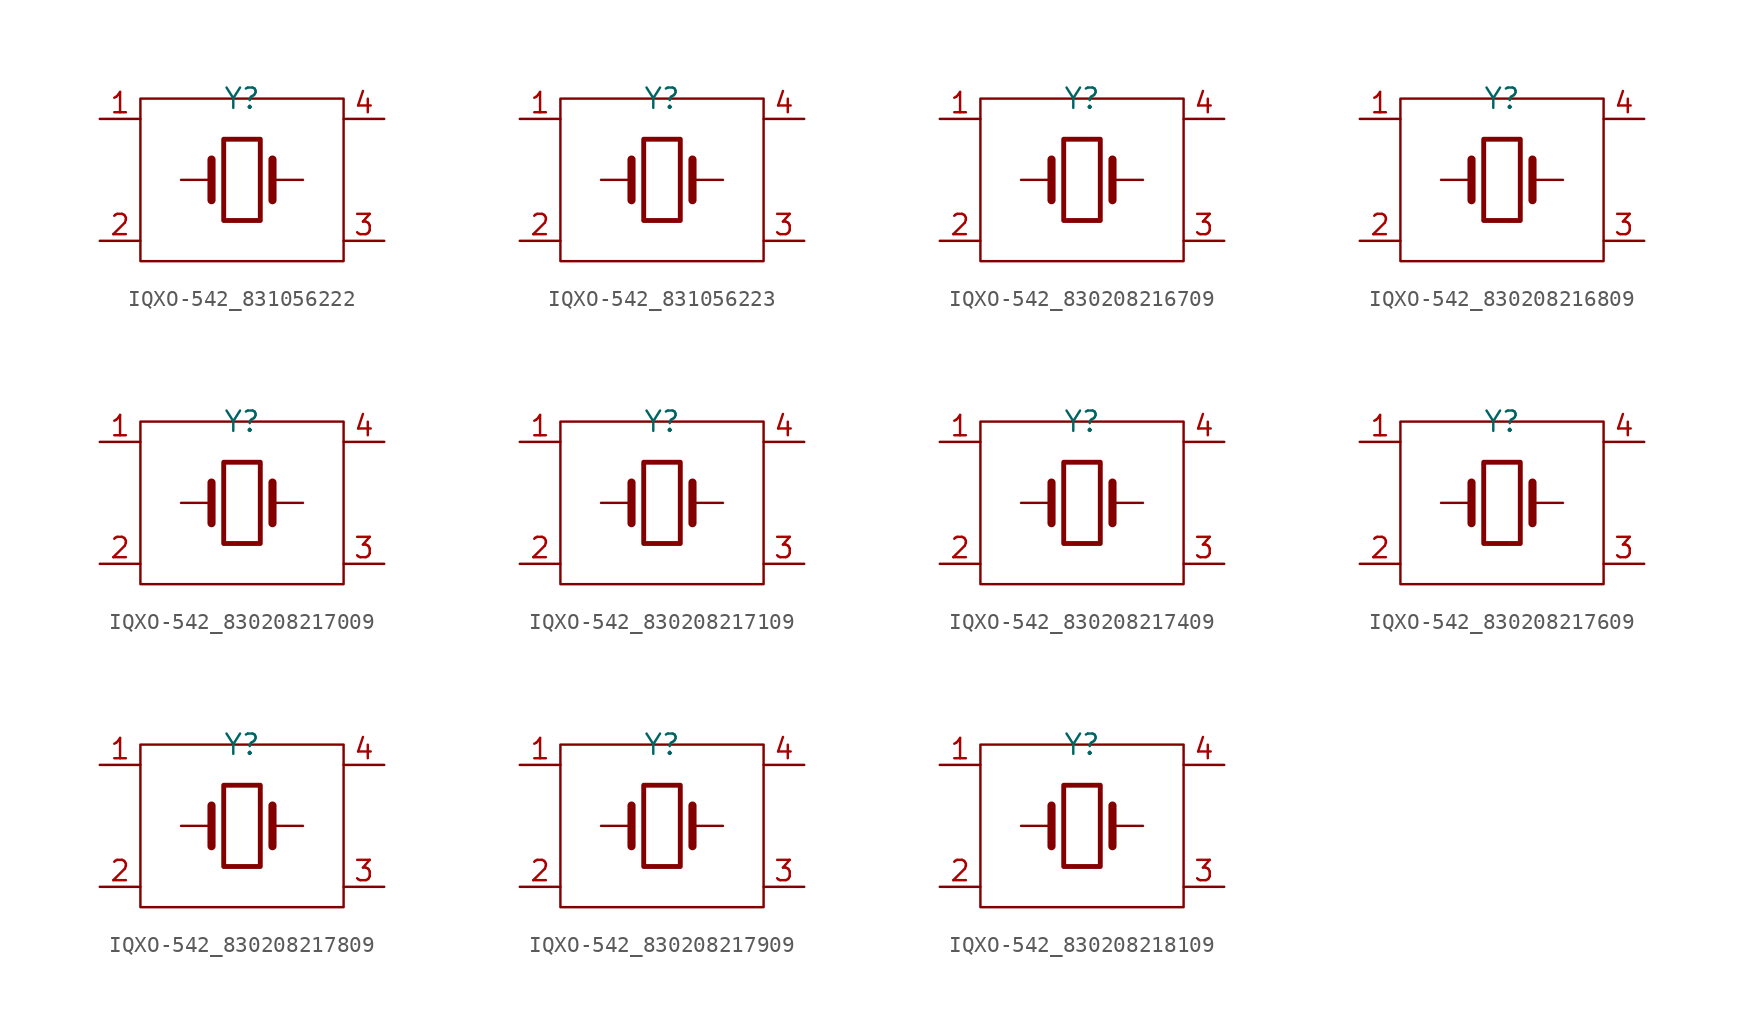
<source format=kicad_sym>
(kicad_symbol_lib
  (version 20220914)
  (generator kicad_symbol_editor)
  (symbol "IQXO-542_831056222"
    (pin_names hide)
    (property "Reference" "Y"
      (at 0 5.08 0)
      (effects (font (size 1.27 1.27))))
    (property "Critical Parameter" ""
      (at 0 -5.08 0)
      (effects (font (size 1.27 1.27)) (justify left)))
    (symbol "IQXO-542_831056222_0_1"
      (rectangle (start -6.35 5.08) (end 6.35 -5.08) (stroke (width 0) (type default)) (fill (type none)))
      (rectangle (start -1.143 2.54) (end 1.143 -2.54) (stroke (width 0.305) (type default)) (fill (type none)))
      (polyline (pts (xy -3.81 0) (xy -1.905 0)) (stroke (width 0) (type default)) (fill (type none)))
      (polyline (pts (xy -1.905 -1.27) (xy -1.905 1.27)) (stroke (width 0.508) (type default)) (fill (type none)))
      (polyline (pts (xy 1.905 -1.27) (xy 1.905 1.27)) (stroke (width 0.508) (type default)) (fill (type none)))
      (polyline (pts (xy 3.81 0) (xy 1.905 0)) (stroke (width 0) (type default)) (fill (type none))))
    (symbol "IQXO-542_831056222_1_1"
      (pin passive line (at -8.89 3.81 0) (length 2.54) (name "E/D" (effects (font (size 1.27 1.27)))) (number "1" (effects (font (size 1.27 1.27)))))
      (pin passive line (at -8.89 -3.81 0) (length 2.54) (name "GND" (effects (font (size 1.27 1.27)))) (number "2" (effects (font (size 1.27 1.27)))))
      (pin passive line (at 8.89 -3.81 180) (length 2.54) (name "OUT" (effects (font (size 1.27 1.27)))) (number "3" (effects (font (size 1.27 1.27)))))
      (pin passive line (at 8.89 3.81 180) (length 2.54) (name "+VS" (effects (font (size 1.27 1.27)))) (number "4" (effects (font (size 1.27 1.27)))))))
  (symbol "IQXO-542_831056223"
    (pin_names hide)
    (property "Reference" "Y"
      (at 0 5.08 0)
      (effects (font (size 1.27 1.27))))
    (property "Critical Parameter" ""
      (at 0 -5.08 0)
      (effects (font (size 1.27 1.27)) (justify left)))
    (symbol "IQXO-542_831056223_0_1"
      (rectangle (start -6.35 5.08) (end 6.35 -5.08) (stroke (width 0) (type default)) (fill (type none)))
      (rectangle (start -1.143 2.54) (end 1.143 -2.54) (stroke (width 0.305) (type default)) (fill (type none)))
      (polyline (pts (xy -3.81 0) (xy -1.905 0)) (stroke (width 0) (type default)) (fill (type none)))
      (polyline (pts (xy -1.905 -1.27) (xy -1.905 1.27)) (stroke (width 0.508) (type default)) (fill (type none)))
      (polyline (pts (xy 1.905 -1.27) (xy 1.905 1.27)) (stroke (width 0.508) (type default)) (fill (type none)))
      (polyline (pts (xy 3.81 0) (xy 1.905 0)) (stroke (width 0) (type default)) (fill (type none))))
    (symbol "IQXO-542_831056223_1_1"
      (pin passive line (at -8.89 3.81 0) (length 2.54) (name "E/D" (effects (font (size 1.27 1.27)))) (number "1" (effects (font (size 1.27 1.27)))))
      (pin passive line (at -8.89 -3.81 0) (length 2.54) (name "GND" (effects (font (size 1.27 1.27)))) (number "2" (effects (font (size 1.27 1.27)))))
      (pin passive line (at 8.89 -3.81 180) (length 2.54) (name "OUT" (effects (font (size 1.27 1.27)))) (number "3" (effects (font (size 1.27 1.27)))))
      (pin passive line (at 8.89 3.81 180) (length 2.54) (name "+VS" (effects (font (size 1.27 1.27)))) (number "4" (effects (font (size 1.27 1.27)))))))
  (symbol "IQXO-542_830208216709"
    (pin_names hide)
    (property "Reference" "Y"
      (at 0 5.08 0)
      (effects (font (size 1.27 1.27))))
    (property "Critical Parameter" ""
      (at 0 -5.08 0)
      (effects (font (size 1.27 1.27)) (justify left)))
    (symbol "IQXO-542_830208216709_0_1"
      (rectangle (start -6.35 5.08) (end 6.35 -5.08) (stroke (width 0) (type default)) (fill (type none)))
      (rectangle (start -1.143 2.54) (end 1.143 -2.54) (stroke (width 0.305) (type default)) (fill (type none)))
      (polyline (pts (xy -3.81 0) (xy -1.905 0)) (stroke (width 0) (type default)) (fill (type none)))
      (polyline (pts (xy -1.905 -1.27) (xy -1.905 1.27)) (stroke (width 0.508) (type default)) (fill (type none)))
      (polyline (pts (xy 1.905 -1.27) (xy 1.905 1.27)) (stroke (width 0.508) (type default)) (fill (type none)))
      (polyline (pts (xy 3.81 0) (xy 1.905 0)) (stroke (width 0) (type default)) (fill (type none))))
    (symbol "IQXO-542_830208216709_1_1"
      (pin passive line (at -8.89 3.81 0) (length 2.54) (name "E/D" (effects (font (size 1.27 1.27)))) (number "1" (effects (font (size 1.27 1.27)))))
      (pin passive line (at -8.89 -3.81 0) (length 2.54) (name "GND" (effects (font (size 1.27 1.27)))) (number "2" (effects (font (size 1.27 1.27)))))
      (pin passive line (at 8.89 -3.81 180) (length 2.54) (name "OUT" (effects (font (size 1.27 1.27)))) (number "3" (effects (font (size 1.27 1.27)))))
      (pin passive line (at 8.89 3.81 180) (length 2.54) (name "+VS" (effects (font (size 1.27 1.27)))) (number "4" (effects (font (size 1.27 1.27)))))))
  (symbol "IQXO-542_830208216809"
    (pin_names hide)
    (property "Reference" "Y"
      (at 0 5.08 0)
      (effects (font (size 1.27 1.27))))
    (property "Critical Parameter" ""
      (at 0 -5.08 0)
      (effects (font (size 1.27 1.27)) (justify left)))
    (symbol "IQXO-542_830208216809_0_1"
      (rectangle (start -6.35 5.08) (end 6.35 -5.08) (stroke (width 0) (type default)) (fill (type none)))
      (rectangle (start -1.143 2.54) (end 1.143 -2.54) (stroke (width 0.305) (type default)) (fill (type none)))
      (polyline (pts (xy -3.81 0) (xy -1.905 0)) (stroke (width 0) (type default)) (fill (type none)))
      (polyline (pts (xy -1.905 -1.27) (xy -1.905 1.27)) (stroke (width 0.508) (type default)) (fill (type none)))
      (polyline (pts (xy 1.905 -1.27) (xy 1.905 1.27)) (stroke (width 0.508) (type default)) (fill (type none)))
      (polyline (pts (xy 3.81 0) (xy 1.905 0)) (stroke (width 0) (type default)) (fill (type none))))
    (symbol "IQXO-542_830208216809_1_1"
      (pin passive line (at -8.89 3.81 0) (length 2.54) (name "E/D" (effects (font (size 1.27 1.27)))) (number "1" (effects (font (size 1.27 1.27)))))
      (pin passive line (at -8.89 -3.81 0) (length 2.54) (name "GND" (effects (font (size 1.27 1.27)))) (number "2" (effects (font (size 1.27 1.27)))))
      (pin passive line (at 8.89 -3.81 180) (length 2.54) (name "OUT" (effects (font (size 1.27 1.27)))) (number "3" (effects (font (size 1.27 1.27)))))
      (pin passive line (at 8.89 3.81 180) (length 2.54) (name "+VS" (effects (font (size 1.27 1.27)))) (number "4" (effects (font (size 1.27 1.27)))))))
  (symbol "IQXO-542_830208217009"
    (pin_names hide)
    (property "Reference" "Y"
      (at 0 5.08 0)
      (effects (font (size 1.27 1.27))))
    (property "Critical Parameter" ""
      (at 0 -5.08 0)
      (effects (font (size 1.27 1.27)) (justify left)))
    (symbol "IQXO-542_830208217009_0_1"
      (rectangle (start -6.35 5.08) (end 6.35 -5.08) (stroke (width 0) (type default)) (fill (type none)))
      (rectangle (start -1.143 2.54) (end 1.143 -2.54) (stroke (width 0.305) (type default)) (fill (type none)))
      (polyline (pts (xy -3.81 0) (xy -1.905 0)) (stroke (width 0) (type default)) (fill (type none)))
      (polyline (pts (xy -1.905 -1.27) (xy -1.905 1.27)) (stroke (width 0.508) (type default)) (fill (type none)))
      (polyline (pts (xy 1.905 -1.27) (xy 1.905 1.27)) (stroke (width 0.508) (type default)) (fill (type none)))
      (polyline (pts (xy 3.81 0) (xy 1.905 0)) (stroke (width 0) (type default)) (fill (type none))))
    (symbol "IQXO-542_830208217009_1_1"
      (pin passive line (at -8.89 3.81 0) (length 2.54) (name "E/D" (effects (font (size 1.27 1.27)))) (number "1" (effects (font (size 1.27 1.27)))))
      (pin passive line (at -8.89 -3.81 0) (length 2.54) (name "GND" (effects (font (size 1.27 1.27)))) (number "2" (effects (font (size 1.27 1.27)))))
      (pin passive line (at 8.89 -3.81 180) (length 2.54) (name "OUT" (effects (font (size 1.27 1.27)))) (number "3" (effects (font (size 1.27 1.27)))))
      (pin passive line (at 8.89 3.81 180) (length 2.54) (name "+VS" (effects (font (size 1.27 1.27)))) (number "4" (effects (font (size 1.27 1.27)))))))
  (symbol "IQXO-542_830208217109"
    (pin_names hide)
    (property "Reference" "Y"
      (at 0 5.08 0)
      (effects (font (size 1.27 1.27))))
    (property "Critical Parameter" ""
      (at 0 -5.08 0)
      (effects (font (size 1.27 1.27)) (justify left)))
    (symbol "IQXO-542_830208217109_0_1"
      (rectangle (start -6.35 5.08) (end 6.35 -5.08) (stroke (width 0) (type default)) (fill (type none)))
      (rectangle (start -1.143 2.54) (end 1.143 -2.54) (stroke (width 0.305) (type default)) (fill (type none)))
      (polyline (pts (xy -3.81 0) (xy -1.905 0)) (stroke (width 0) (type default)) (fill (type none)))
      (polyline (pts (xy -1.905 -1.27) (xy -1.905 1.27)) (stroke (width 0.508) (type default)) (fill (type none)))
      (polyline (pts (xy 1.905 -1.27) (xy 1.905 1.27)) (stroke (width 0.508) (type default)) (fill (type none)))
      (polyline (pts (xy 3.81 0) (xy 1.905 0)) (stroke (width 0) (type default)) (fill (type none))))
    (symbol "IQXO-542_830208217109_1_1"
      (pin passive line (at -8.89 3.81 0) (length 2.54) (name "E/D" (effects (font (size 1.27 1.27)))) (number "1" (effects (font (size 1.27 1.27)))))
      (pin passive line (at -8.89 -3.81 0) (length 2.54) (name "GND" (effects (font (size 1.27 1.27)))) (number "2" (effects (font (size 1.27 1.27)))))
      (pin passive line (at 8.89 -3.81 180) (length 2.54) (name "OUT" (effects (font (size 1.27 1.27)))) (number "3" (effects (font (size 1.27 1.27)))))
      (pin passive line (at 8.89 3.81 180) (length 2.54) (name "+VS" (effects (font (size 1.27 1.27)))) (number "4" (effects (font (size 1.27 1.27)))))))
  (symbol "IQXO-542_830208217409"
    (pin_names hide)
    (property "Reference" "Y"
      (at 0 5.08 0)
      (effects (font (size 1.27 1.27))))
    (property "Critical Parameter" ""
      (at 0 -5.08 0)
      (effects (font (size 1.27 1.27)) (justify left)))
    (symbol "IQXO-542_830208217409_0_1"
      (rectangle (start -6.35 5.08) (end 6.35 -5.08) (stroke (width 0) (type default)) (fill (type none)))
      (rectangle (start -1.143 2.54) (end 1.143 -2.54) (stroke (width 0.305) (type default)) (fill (type none)))
      (polyline (pts (xy -3.81 0) (xy -1.905 0)) (stroke (width 0) (type default)) (fill (type none)))
      (polyline (pts (xy -1.905 -1.27) (xy -1.905 1.27)) (stroke (width 0.508) (type default)) (fill (type none)))
      (polyline (pts (xy 1.905 -1.27) (xy 1.905 1.27)) (stroke (width 0.508) (type default)) (fill (type none)))
      (polyline (pts (xy 3.81 0) (xy 1.905 0)) (stroke (width 0) (type default)) (fill (type none))))
    (symbol "IQXO-542_830208217409_1_1"
      (pin passive line (at -8.89 3.81 0) (length 2.54) (name "E/D" (effects (font (size 1.27 1.27)))) (number "1" (effects (font (size 1.27 1.27)))))
      (pin passive line (at -8.89 -3.81 0) (length 2.54) (name "GND" (effects (font (size 1.27 1.27)))) (number "2" (effects (font (size 1.27 1.27)))))
      (pin passive line (at 8.89 -3.81 180) (length 2.54) (name "OUT" (effects (font (size 1.27 1.27)))) (number "3" (effects (font (size 1.27 1.27)))))
      (pin passive line (at 8.89 3.81 180) (length 2.54) (name "+VS" (effects (font (size 1.27 1.27)))) (number "4" (effects (font (size 1.27 1.27)))))))
  (symbol "IQXO-542_830208217609"
    (pin_names hide)
    (property "Reference" "Y"
      (at 0 5.08 0)
      (effects (font (size 1.27 1.27))))
    (property "Critical Parameter" ""
      (at 0 -5.08 0)
      (effects (font (size 1.27 1.27)) (justify left)))
    (symbol "IQXO-542_830208217609_0_1"
      (rectangle (start -6.35 5.08) (end 6.35 -5.08) (stroke (width 0) (type default)) (fill (type none)))
      (rectangle (start -1.143 2.54) (end 1.143 -2.54) (stroke (width 0.305) (type default)) (fill (type none)))
      (polyline (pts (xy -3.81 0) (xy -1.905 0)) (stroke (width 0) (type default)) (fill (type none)))
      (polyline (pts (xy -1.905 -1.27) (xy -1.905 1.27)) (stroke (width 0.508) (type default)) (fill (type none)))
      (polyline (pts (xy 1.905 -1.27) (xy 1.905 1.27)) (stroke (width 0.508) (type default)) (fill (type none)))
      (polyline (pts (xy 3.81 0) (xy 1.905 0)) (stroke (width 0) (type default)) (fill (type none))))
    (symbol "IQXO-542_830208217609_1_1"
      (pin passive line (at -8.89 3.81 0) (length 2.54) (name "E/D" (effects (font (size 1.27 1.27)))) (number "1" (effects (font (size 1.27 1.27)))))
      (pin passive line (at -8.89 -3.81 0) (length 2.54) (name "GND" (effects (font (size 1.27 1.27)))) (number "2" (effects (font (size 1.27 1.27)))))
      (pin passive line (at 8.89 -3.81 180) (length 2.54) (name "OUT" (effects (font (size 1.27 1.27)))) (number "3" (effects (font (size 1.27 1.27)))))
      (pin passive line (at 8.89 3.81 180) (length 2.54) (name "+VS" (effects (font (size 1.27 1.27)))) (number "4" (effects (font (size 1.27 1.27)))))))
  (symbol "IQXO-542_830208217809"
    (pin_names hide)
    (property "Reference" "Y"
      (at 0 5.08 0)
      (effects (font (size 1.27 1.27))))
    (property "Critical Parameter" ""
      (at 0 -5.08 0)
      (effects (font (size 1.27 1.27)) (justify left)))
    (symbol "IQXO-542_830208217809_0_1"
      (rectangle (start -6.35 5.08) (end 6.35 -5.08) (stroke (width 0) (type default)) (fill (type none)))
      (rectangle (start -1.143 2.54) (end 1.143 -2.54) (stroke (width 0.305) (type default)) (fill (type none)))
      (polyline (pts (xy -3.81 0) (xy -1.905 0)) (stroke (width 0) (type default)) (fill (type none)))
      (polyline (pts (xy -1.905 -1.27) (xy -1.905 1.27)) (stroke (width 0.508) (type default)) (fill (type none)))
      (polyline (pts (xy 1.905 -1.27) (xy 1.905 1.27)) (stroke (width 0.508) (type default)) (fill (type none)))
      (polyline (pts (xy 3.81 0) (xy 1.905 0)) (stroke (width 0) (type default)) (fill (type none))))
    (symbol "IQXO-542_830208217809_1_1"
      (pin passive line (at -8.89 3.81 0) (length 2.54) (name "E/D" (effects (font (size 1.27 1.27)))) (number "1" (effects (font (size 1.27 1.27)))))
      (pin passive line (at -8.89 -3.81 0) (length 2.54) (name "GND" (effects (font (size 1.27 1.27)))) (number "2" (effects (font (size 1.27 1.27)))))
      (pin passive line (at 8.89 -3.81 180) (length 2.54) (name "OUT" (effects (font (size 1.27 1.27)))) (number "3" (effects (font (size 1.27 1.27)))))
      (pin passive line (at 8.89 3.81 180) (length 2.54) (name "+VS" (effects (font (size 1.27 1.27)))) (number "4" (effects (font (size 1.27 1.27)))))))
  (symbol "IQXO-542_830208217909"
    (pin_names hide)
    (property "Reference" "Y"
      (at 0 5.08 0)
      (effects (font (size 1.27 1.27))))
    (property "Critical Parameter" ""
      (at 0 -5.08 0)
      (effects (font (size 1.27 1.27)) (justify left)))
    (symbol "IQXO-542_830208217909_0_1"
      (rectangle (start -6.35 5.08) (end 6.35 -5.08) (stroke (width 0) (type default)) (fill (type none)))
      (rectangle (start -1.143 2.54) (end 1.143 -2.54) (stroke (width 0.305) (type default)) (fill (type none)))
      (polyline (pts (xy -3.81 0) (xy -1.905 0)) (stroke (width 0) (type default)) (fill (type none)))
      (polyline (pts (xy -1.905 -1.27) (xy -1.905 1.27)) (stroke (width 0.508) (type default)) (fill (type none)))
      (polyline (pts (xy 1.905 -1.27) (xy 1.905 1.27)) (stroke (width 0.508) (type default)) (fill (type none)))
      (polyline (pts (xy 3.81 0) (xy 1.905 0)) (stroke (width 0) (type default)) (fill (type none))))
    (symbol "IQXO-542_830208217909_1_1"
      (pin passive line (at -8.89 3.81 0) (length 2.54) (name "E/D" (effects (font (size 1.27 1.27)))) (number "1" (effects (font (size 1.27 1.27)))))
      (pin passive line (at -8.89 -3.81 0) (length 2.54) (name "GND" (effects (font (size 1.27 1.27)))) (number "2" (effects (font (size 1.27 1.27)))))
      (pin passive line (at 8.89 -3.81 180) (length 2.54) (name "OUT" (effects (font (size 1.27 1.27)))) (number "3" (effects (font (size 1.27 1.27)))))
      (pin passive line (at 8.89 3.81 180) (length 2.54) (name "+VS" (effects (font (size 1.27 1.27)))) (number "4" (effects (font (size 1.27 1.27)))))))
  (symbol "IQXO-542_830208218109"
    (pin_names hide)
    (property "Reference" "Y"
      (at 0 5.08 0)
      (effects (font (size 1.27 1.27))))
    (property "Critical Parameter" ""
      (at 0 -5.08 0)
      (effects (font (size 1.27 1.27)) (justify left)))
    (symbol "IQXO-542_830208218109_0_1"
      (rectangle (start -6.35 5.08) (end 6.35 -5.08) (stroke (width 0) (type default)) (fill (type none)))
      (rectangle (start -1.143 2.54) (end 1.143 -2.54) (stroke (width 0.305) (type default)) (fill (type none)))
      (polyline (pts (xy -3.81 0) (xy -1.905 0)) (stroke (width 0) (type default)) (fill (type none)))
      (polyline (pts (xy -1.905 -1.27) (xy -1.905 1.27)) (stroke (width 0.508) (type default)) (fill (type none)))
      (polyline (pts (xy 1.905 -1.27) (xy 1.905 1.27)) (stroke (width 0.508) (type default)) (fill (type none)))
      (polyline (pts (xy 3.81 0) (xy 1.905 0)) (stroke (width 0) (type default)) (fill (type none))))
    (symbol "IQXO-542_830208218109_1_1"
      (pin passive line (at -8.89 3.81 0) (length 2.54) (name "E/D" (effects (font (size 1.27 1.27)))) (number "1" (effects (font (size 1.27 1.27)))))
      (pin passive line (at -8.89 -3.81 0) (length 2.54) (name "GND" (effects (font (size 1.27 1.27)))) (number "2" (effects (font (size 1.27 1.27)))))
      (pin passive line (at 8.89 -3.81 180) (length 2.54) (name "OUT" (effects (font (size 1.27 1.27)))) (number "3" (effects (font (size 1.27 1.27)))))
      (pin passive line (at 8.89 3.81 180) (length 2.54) (name "+VS" (effects (font (size 1.27 1.27)))) (number "4" (effects (font (size 1.27 1.27))))))))
</source>
